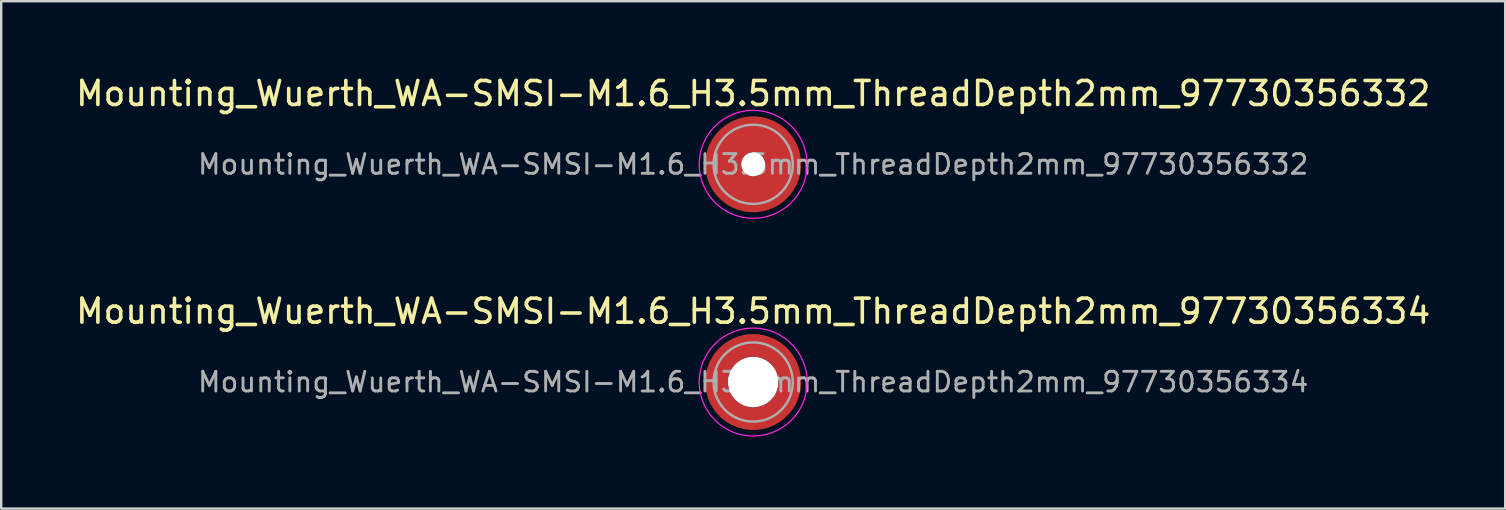
<source format=kicad_pcb>
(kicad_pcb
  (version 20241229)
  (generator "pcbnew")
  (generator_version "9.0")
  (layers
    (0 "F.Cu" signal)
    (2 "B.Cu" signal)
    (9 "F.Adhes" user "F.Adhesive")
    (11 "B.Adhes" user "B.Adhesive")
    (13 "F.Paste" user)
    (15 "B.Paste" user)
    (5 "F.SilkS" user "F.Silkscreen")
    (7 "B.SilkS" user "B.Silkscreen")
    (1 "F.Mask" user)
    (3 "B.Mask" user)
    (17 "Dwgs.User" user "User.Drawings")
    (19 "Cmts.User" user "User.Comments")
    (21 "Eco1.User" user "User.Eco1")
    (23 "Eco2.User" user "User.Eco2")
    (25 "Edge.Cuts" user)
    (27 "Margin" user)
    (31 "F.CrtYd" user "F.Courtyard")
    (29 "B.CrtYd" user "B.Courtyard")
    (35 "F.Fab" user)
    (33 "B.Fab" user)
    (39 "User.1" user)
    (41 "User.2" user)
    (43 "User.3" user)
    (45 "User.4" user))
  (footprint "Mounting_Wuerth_WA-SMSI-M1.6_H3.5mm_ThreadDepth2mm_97730356332"
    (layer "F.Cu")
    (at 28.339 3.798)
    (property "Reference" "Mounting_Wuerth_WA-SMSI-M1.6_H3.5mm_ThreadDepth2mm_97730356332" (at 0 -2.95 0) (layer "F.SilkS") (effects (font (size 1 1) (thickness 0.15))))
    (attr smd allow_soldermask_bridges)
    (fp_circle (center 0 0) (end 2.25 0) (stroke (width 0.05) (type solid)) (fill no) (layer "F.CrtYd"))
    (fp_circle (center 0 0) (end 1.65 0) (stroke (width 0.1) (type solid)) (fill no) (layer "F.Fab"))
    (fp_text user "${REFERENCE}" (at 0 0 0) (layer "F.Fab") (effects (font (size 0.82 0.82) (thickness 0.12))))
    (pad "" smd custom (at 0 -1.25) (size 0.65 0.65) (layers "F.Paste") (options (anchor circle)) (primitives (gr_arc (start -0.259808 0.6) (mid 0.392514 0.670403) (end 0.7 1.25) (width 0.2)) (gr_arc (start -0.466369 0.6) (mid 0.365311 0.538278) (end 0.8 1.25) (width 0.2)) (gr_arc (start -0.622495 0.6) (mid 0.35338 0.422279) (end 0.9 1.25) (width 0.2)) (gr_arc (start -0.759934 0.6) (mid 0.346458 0.311934) (end 1 1.25) (width 0.2)) (gr_arc (start -0.887412 0.6) (mid 0.341941 0.204497) (end 1.1 1.25) (width 0.2)) (gr_arc (start -1.008712 0.6) (mid 0.338781 0.098815) (end 1.2 1.25) (width 0.2)) (gr_arc (start -1.125833 0.6) (mid 0.336465 -0.005704) (end 1.3 1.25) (width 0.2)) (gr_arc (start -1.23996 0.6) (mid 0.334706 -0.109401) (end 1.4 1.25) (width 0.2)) (gr_arc (start -1.351851 0.6) (mid 0.333335 -0.212494) (end 1.5 1.25) (width 0.2)) (gr_arc (start -1.462019 0.6) (mid 0.332242 -0.315125) (end 1.6 1.25) (width 0.2)) (gr_arc (start -1.570828 0.6) (mid 0.331355 -0.417394) (end 1.7 1.25) (width 0.2)) (gr_arc (start -1.678541 0.6) (mid 0.330625 -0.519375) (end 1.8 1.25) (width 0.2)) (gr_line (start 0.7 1.25) (end 1.8 1.25) (width 0.2)) (gr_line (start -0.26 0.6) (end -1.679 0.6) (width 0.2))))
    (pad "" np_thru_hole circle (at 0 0) (size 1 1) (drill 1) (layers "*.Cu" "*.Mask"))
    (pad "" smd custom (at 0 1.25) (size 0.65 0.65) (layers "F.Paste") (options (anchor circle)) (primitives (gr_arc (start 0.259808 -0.6) (mid -0.392514 -0.670403) (end -0.7 -1.25) (width 0.2)) (gr_arc (start 0.466369 -0.6) (mid -0.365311 -0.538278) (end -0.8 -1.25) (width 0.2)) (gr_arc (start 0.622495 -0.6) (mid -0.35338 -0.422279) (end -0.9 -1.25) (width 0.2)) (gr_arc (start 0.759934 -0.6) (mid -0.346458 -0.311934) (end -1 -1.25) (width 0.2)) (gr_arc (start 0.887412 -0.6) (mid -0.341941 -0.204497) (end -1.1 -1.25) (width 0.2)) (gr_arc (start 1.008712 -0.6) (mid -0.338781 -0.098815) (end -1.2 -1.25) (width 0.2)) (gr_arc (start 1.125833 -0.6) (mid -0.336465 0.005704) (end -1.3 -1.25) (width 0.2)) (gr_arc (start 1.23996 -0.6) (mid -0.334706 0.109401) (end -1.4 -1.25) (width 0.2)) (gr_arc (start 1.351851 -0.6) (mid -0.333335 0.212494) (end -1.5 -1.25) (width 0.2)) (gr_arc (start 1.462019 -0.6) (mid -0.332242 0.315125) (end -1.6 -1.25) (width 0.2)) (gr_arc (start 1.570828 -0.6) (mid -0.331355 0.417394) (end -1.7 -1.25) (width 0.2)) (gr_arc (start 1.678541 -0.6) (mid -0.330625 0.519375) (end -1.8 -1.25) (width 0.2)) (gr_line (start -0.7 -1.25) (end -1.8 -1.25) (width 0.2)) (gr_line (start 0.26 -0.6) (end 1.679 -0.6) (width 0.2))))
    (pad "1" smd circle (at -1.25 0) (size 0.992 0.992) (layers "F.Cu"))
    (pad "1" smd circle (at 0 -1.25) (size 0.992 0.992) (layers "F.Cu"))
    (pad "1" smd circle (at 0 1.25) (size 0.992 0.992) (layers "F.Cu"))
    (pad "1" smd custom (at 1.25 0) (size 1.5 1.5) (layers "F.Cu" "F.Mask") (options (anchor circle)) (primitives (gr_circle (center -1.25 0) (end 0 0) (width 1.5) (fill no)))))
  (footprint "Mounting_Wuerth_WA-SMSI-M1.6_H3.5mm_ThreadDepth2mm_97730356334"
    (layer "F.Cu")
    (at 28.339 12.871)
    (property "Reference" "Mounting_Wuerth_WA-SMSI-M1.6_H3.5mm_ThreadDepth2mm_97730356334" (at 0 -2.95 0) (layer "F.SilkS") (effects (font (size 1 1) (thickness 0.15))))
    (attr smd allow_soldermask_bridges)
    (fp_circle (center 0 0) (end 2.25 0) (stroke (width 0.05) (type solid)) (fill no) (layer "F.CrtYd"))
    (fp_circle (center 0 0) (end 1.65 0) (stroke (width 0.1) (type solid)) (fill no) (layer "F.Fab"))
    (fp_text user "${REFERENCE}" (at 0 0 0) (layer "F.Fab") (effects (font (size 0.82 0.82) (thickness 0.12))))
    (pad "" smd custom (at -1.061 -1.061) (size 0.4 0.4) (layers "F.Paste") (options (anchor circle)) (primitives (gr_arc (start -0.101235 0.76066) (mid 0.212132 0.212132) (end 0.76066 -0.101235) (width 0.2)) (gr_arc (start -0.204251 0.76066) (mid 0.141421 0.141421) (end 0.76066 -0.204251) (width 0.2)) (gr_arc (start -0.306819 0.76066) (mid 0.070711 0.070711) (end 0.76066 -0.306819) (width 0.2)) (gr_arc (start -0.409034 0.76066) (mid 0 0) (end 0.76066 -0.409034) (width 0.2)) (gr_arc (start -0.510963 0.76066) (mid -0.070711 -0.070711) (end 0.76066 -0.510963) (width 0.2)) (gr_arc (start -0.61266 0.76066) (mid -0.141421 -0.141421) (end 0.76066 -0.61266) (width 0.2)) (gr_arc (start -0.714164 0.76066) (mid -0.212132 -0.212132) (end 0.76066 -0.714164) (width 0.2)) (gr_line (start 0.761 -0.101) (end 0.761 -0.714) (width 0.2)) (gr_line (start -0.101 0.761) (end -0.714 0.761) (width 0.2))))
    (pad "" smd custom (at -1.061 1.061) (size 0.4 0.4) (layers "F.Paste") (options (anchor circle)) (primitives (gr_arc (start 0.76066 0.101235) (mid 0.212132 -0.212132) (end -0.101235 -0.76066) (width 0.2)) (gr_arc (start 0.76066 0.204251) (mid 0.141421 -0.141421) (end -0.204251 -0.76066) (width 0.2)) (gr_arc (start 0.76066 0.306819) (mid 0.070711 -0.070711) (end -0.306819 -0.76066) (width 0.2)) (gr_arc (start 0.76066 0.409034) (mid 0 0) (end -0.409034 -0.76066) (width 0.2)) (gr_arc (start 0.76066 0.510963) (mid -0.070711 0.070711) (end -0.510963 -0.76066) (width 0.2)) (gr_arc (start 0.76066 0.61266) (mid -0.141421 0.141421) (end -0.61266 -0.76066) (width 0.2)) (gr_arc (start 0.76066 0.714164) (mid -0.212132 0.212132) (end -0.714164 -0.76066) (width 0.2)) (gr_line (start -0.101 -0.761) (end -0.714 -0.761) (width 0.2)) (gr_line (start 0.761 0.101) (end 0.761 0.714) (width 0.2))))
    (pad "" np_thru_hole circle (at 0 0) (size 2.1 2.1) (drill 2.1) (layers "*.Cu" "*.Mask"))
    (pad "" smd custom (at 1.061 -1.061) (size 0.4 0.4) (layers "F.Paste") (options (anchor circle)) (primitives (gr_arc (start -0.76066 -0.101235) (mid -0.212132 0.212132) (end 0.101235 0.76066) (width 0.2)) (gr_arc (start -0.76066 -0.204251) (mid -0.141421 0.141421) (end 0.204251 0.76066) (width 0.2)) (gr_arc (start -0.76066 -0.306819) (mid -0.070711 0.070711) (end 0.306819 0.76066) (width 0.2)) (gr_arc (start -0.76066 -0.409034) (mid 0 0) (end 0.409034 0.76066) (width 0.2)) (gr_arc (start -0.76066 -0.510963) (mid 0.070711 -0.070711) (end 0.510963 0.76066) (width 0.2)) (gr_arc (start -0.76066 -0.61266) (mid 0.141421 -0.141421) (end 0.61266 0.76066) (width 0.2)) (gr_arc (start -0.76066 -0.714164) (mid 0.212132 -0.212132) (end 0.714164 0.76066) (width 0.2)) (gr_line (start 0.101 0.761) (end 0.714 0.761) (width 0.2)) (gr_line (start -0.761 -0.101) (end -0.761 -0.714) (width 0.2))))
    (pad "" smd custom (at 1.061 1.061) (size 0.4 0.4) (layers "F.Paste") (options (anchor circle)) (primitives (gr_arc (start 0.101235 -0.76066) (mid -0.212132 -0.212132) (end -0.76066 0.101235) (width 0.2)) (gr_arc (start 0.204251 -0.76066) (mid -0.141421 -0.141421) (end -0.76066 0.204251) (width 0.2)) (gr_arc (start 0.306819 -0.76066) (mid -0.070711 -0.070711) (end -0.76066 0.306819) (width 0.2)) (gr_arc (start 0.409034 -0.76066) (mid 0 0) (end -0.76066 0.409034) (width 0.2)) (gr_arc (start 0.510963 -0.76066) (mid 0.070711 0.070711) (end -0.76066 0.510963) (width 0.2)) (gr_arc (start 0.61266 -0.76066) (mid 0.141421 0.141421) (end -0.76066 0.61266) (width 0.2)) (gr_arc (start 0.714164 -0.76066) (mid 0.212132 0.212132) (end -0.76066 0.714164) (width 0.2)) (gr_line (start -0.761 0.101) (end -0.761 0.714) (width 0.2)) (gr_line (start 0.101 -0.761) (end 0.714 -0.761) (width 0.2))))
    (pad "1" smd circle (at -1.525 0) (size 0.442 0.442) (layers "F.Cu"))
    (pad "1" smd circle (at 0 -1.525) (size 0.442 0.442) (layers "F.Cu"))
    (pad "1" smd circle (at 0 1.525) (size 0.442 0.442) (layers "F.Cu"))
    (pad "1" smd custom (at 1.525 0) (size 0.95 0.95) (layers "F.Cu" "F.Mask") (options (anchor circle)) (primitives (gr_circle (center -1.525 0) (end 0 0) (width 0.95) (fill no)))))
  (gr_rect
    (start -3 -3)
    (end 59.679 18.146)
    (stroke (width 0.1) (type default))
    (fill no)
    (layer "Edge.Cuts")))
</source>
